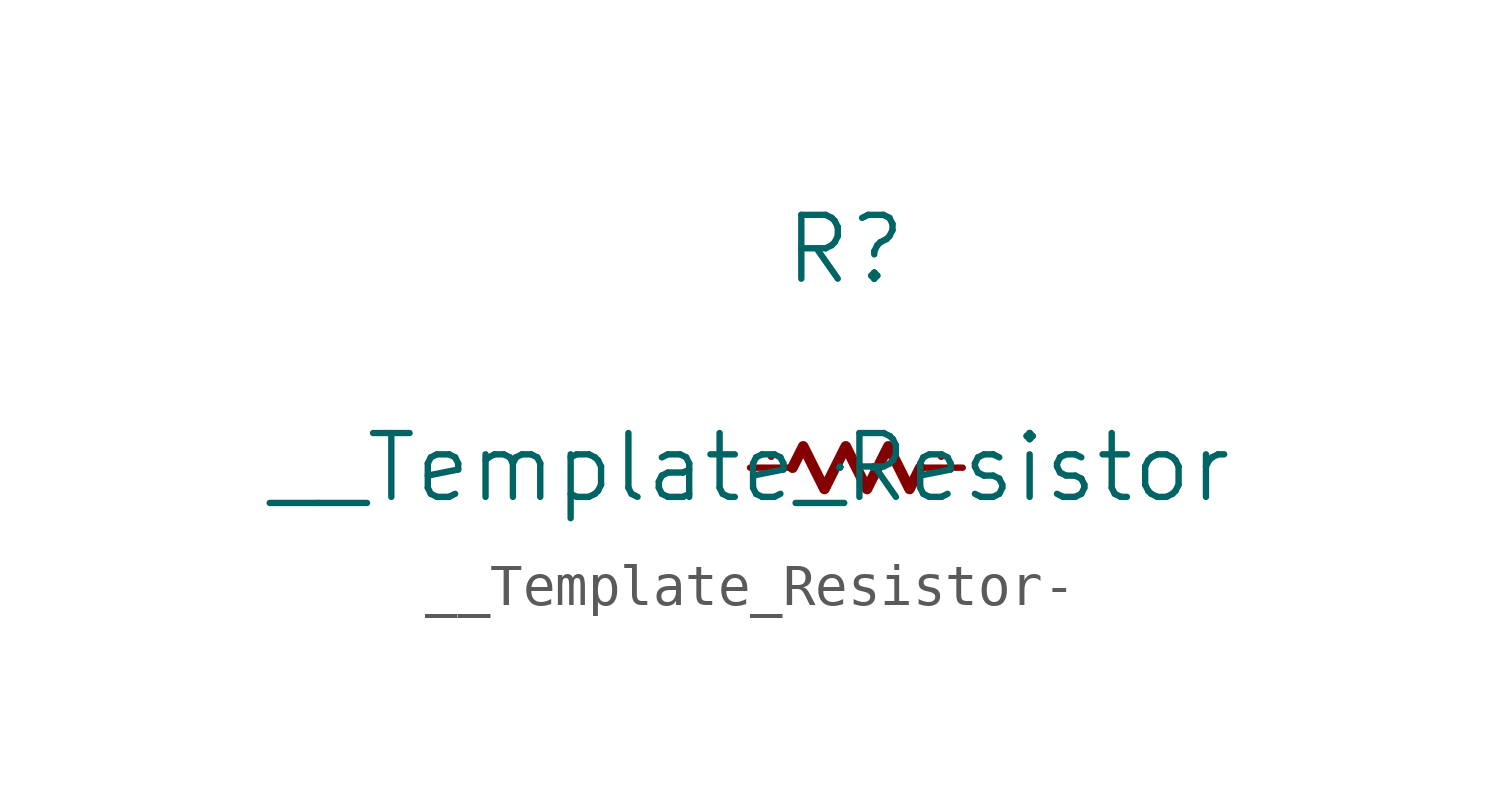
<source format=kicad_sym>
(kicad_symbol_lib
  (version 20220914)
  (generator kicad_symbol_editor)
  (symbol "__Template_Resistor-"
    (pin_names
      (offset 1.016))
    (property "Reference" "R"
      (at 0.762 4.318 0)
      (effects (font (size 1.524 1.524)) (justify left bottom)))
    (property "Value" "__Template_Resistor"
      (at 0 0 0)
      (effects (font (size 1.524 1.524))))
    (property "Footprint" ""
      (at 0 0 0)
      (effects (font (size 1.524 1.524))))
    (property "Datasheet" ""
      (at 0 0 0)
      (effects (font (size 1.524 1.524))))
    (symbol "__Template_Resistor-_0_1"
      (polyline (pts (xy 1.016 0) (xy 1.27 0.508) (xy 1.778 -0.508) (xy 2.286 0.508) (xy 2.794 -0.508) (xy 3.302 0.508) (xy 3.81 -0.508) (xy 4.064 0)) (stroke (width 0.254) (type solid)) (fill (type none)))
      (pin passive line (at 0 0 0) (length 1.016) (name "P" (effects (font (size 0.025 0.025)))) (number "1" (effects (font (size 0.025 0.025)))))
      (pin passive line (at 5.08 0 180) (length 1.016) (name "P" (effects (font (size 0.025 0.025)))) (number "2" (effects (font (size 0.025 0.025))))))))
</source>
